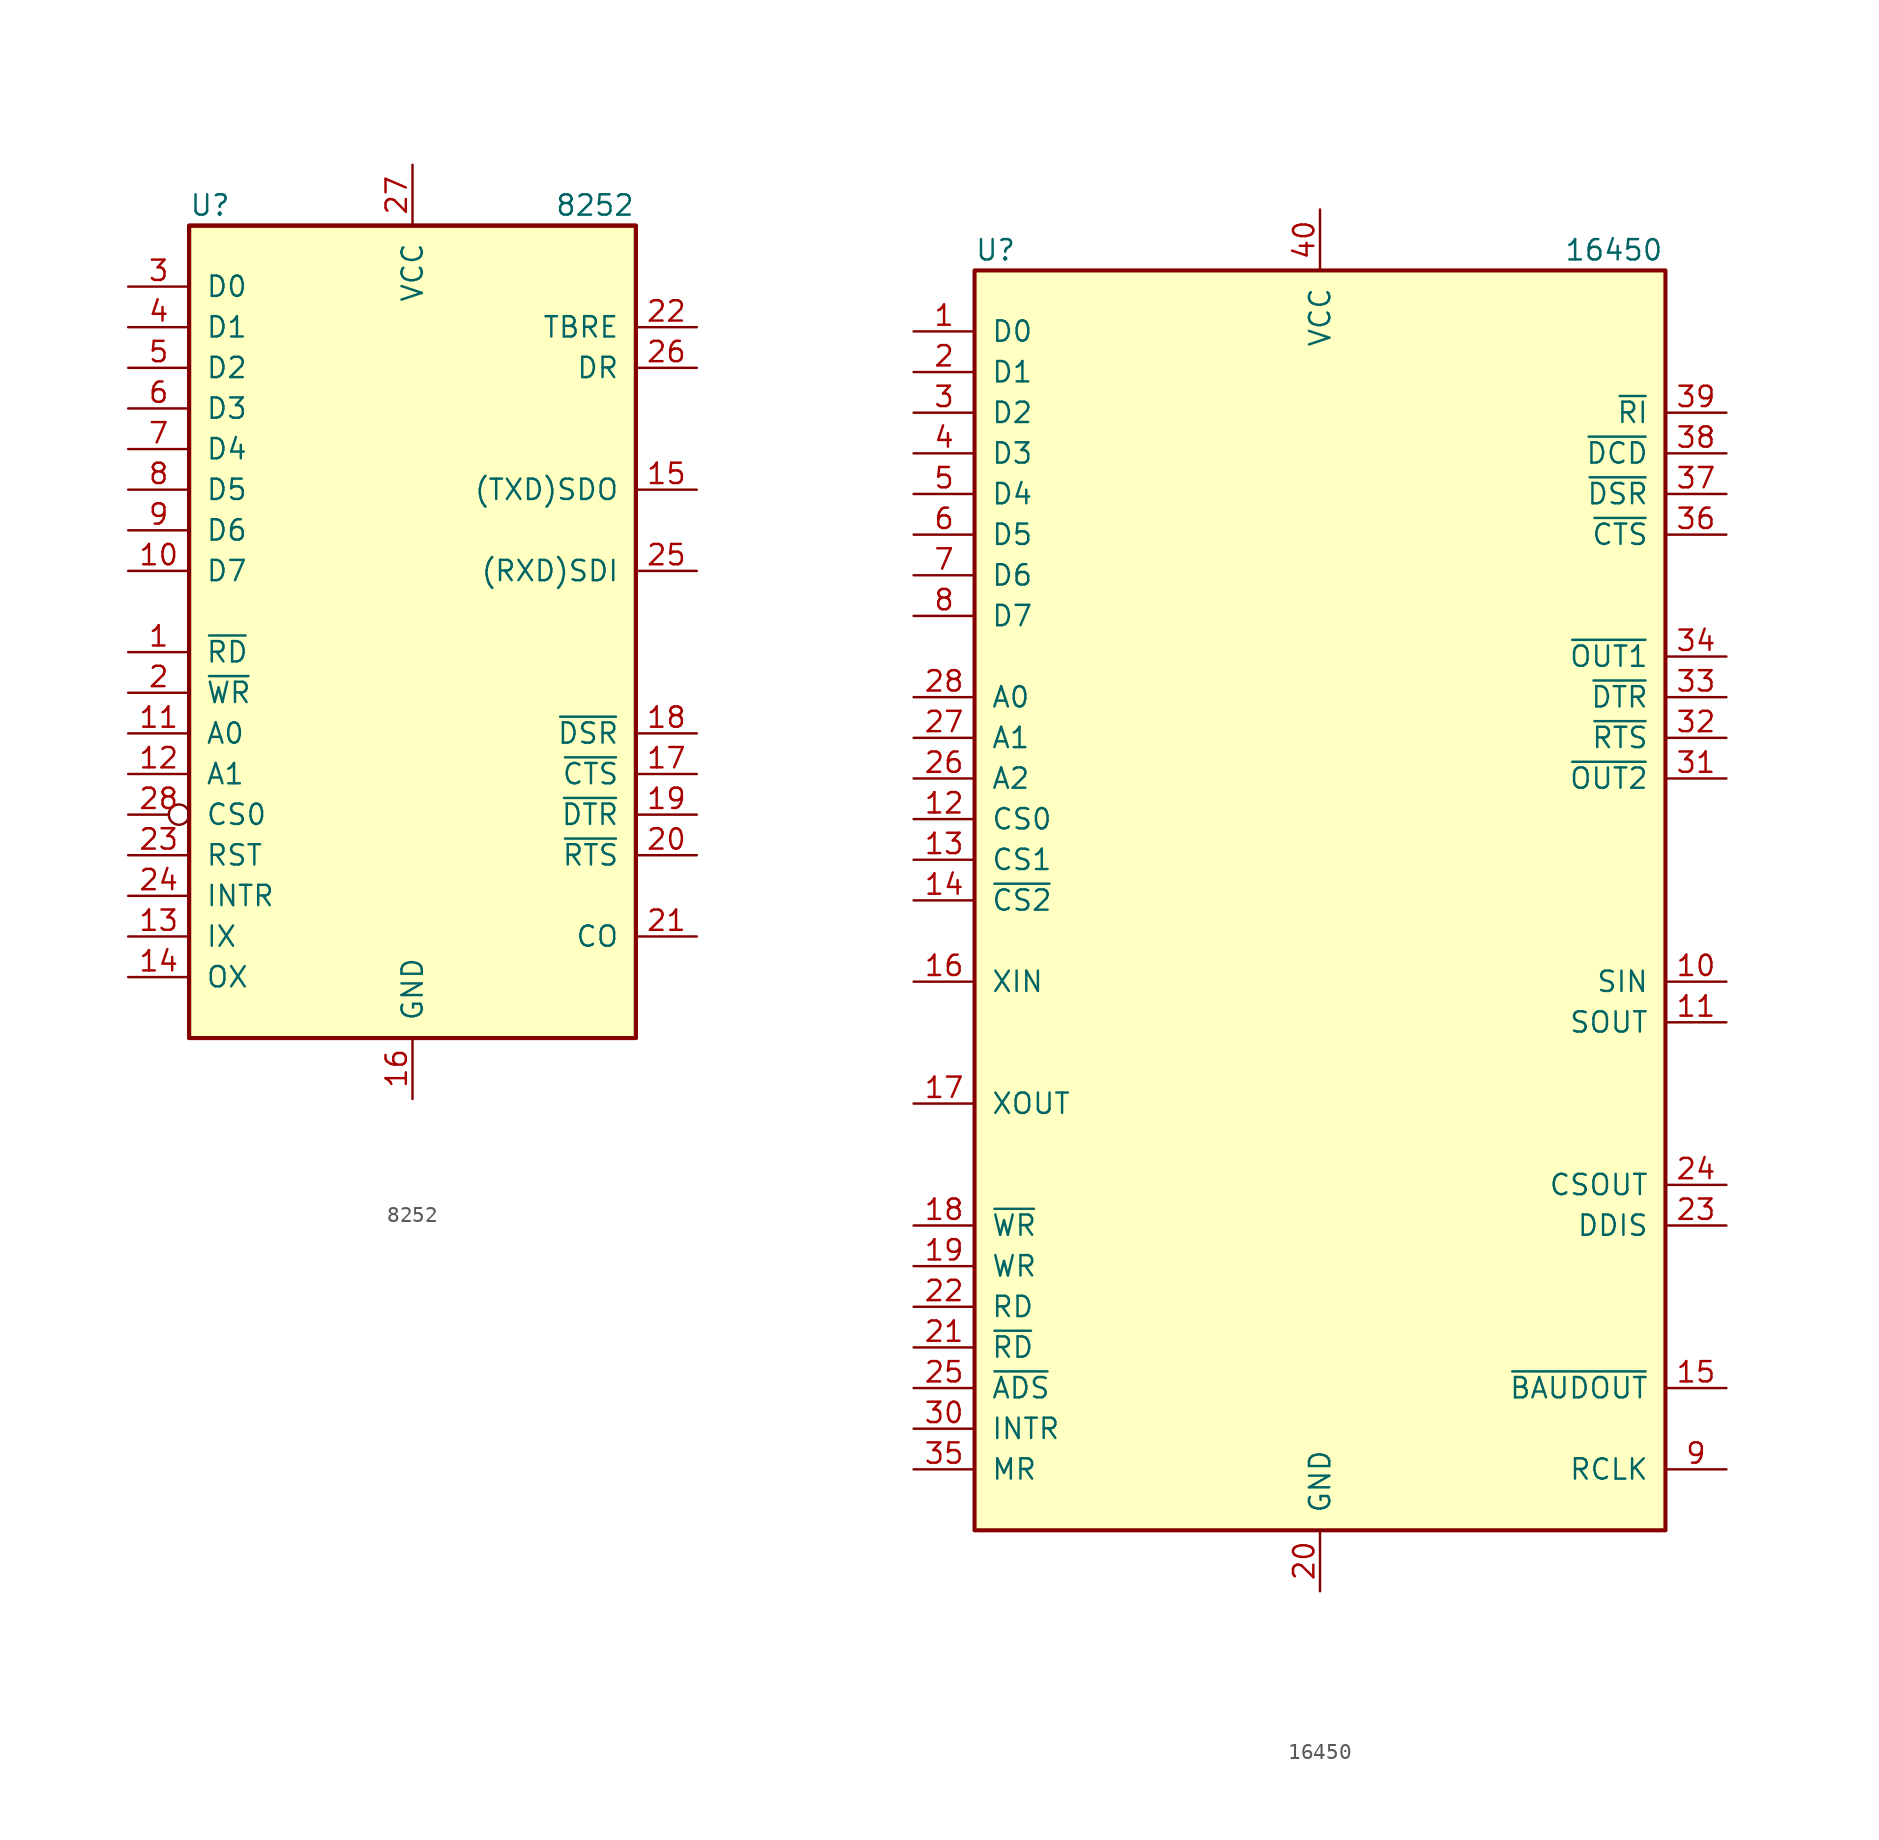
<source format=kicad_sym>
(kicad_symbol_lib
  (version 20201005)
  (generator kicad_symbol_editor)
  (symbol "Interface_UART:8252"
    (pin_names
      (offset 1.016))
    (property "Reference" "U"
      (at -13.97 25.4 0)
      (effects (font (size 1.27 1.27)) (justify left)))
    (property "Value" "8252"
      (at 8.89 25.4 0)
      (effects (font (size 1.27 1.27)) (justify left)))
    (symbol "8252_0_1"
      (rectangle (start -13.97 -26.67) (end 13.97 24.13) (stroke (width 0.254)) (fill (type background)))
      (rectangle (start -13.97 -26.67) (end 13.97 24.13) (stroke (width 0.254)) (fill (type background))))
    (symbol "8252_1_1"
      (pin input line (at -17.78 -2.54 0) (length 3.81) (name "~RD~" (effects (font (size 1.27 1.27)))) (number "1" (effects (font (size 1.27 1.27)))))
      (pin bidirectional line (at -17.78 2.54 0) (length 3.81) (name "D7" (effects (font (size 1.27 1.27)))) (number "10" (effects (font (size 1.27 1.27)))))
      (pin input line (at -17.78 -7.62 0) (length 3.81) (name "A0" (effects (font (size 1.27 1.27)))) (number "11" (effects (font (size 1.27 1.27)))))
      (pin input line (at -17.78 -10.16 0) (length 3.81) (name "A1" (effects (font (size 1.27 1.27)))) (number "12" (effects (font (size 1.27 1.27)))))
      (pin input line (at -17.78 -20.32 0) (length 3.81) (name "IX" (effects (font (size 1.27 1.27)))) (number "13" (effects (font (size 1.27 1.27)))))
      (pin output line (at -17.78 -22.86 0) (length 3.81) (name "OX" (effects (font (size 1.27 1.27)))) (number "14" (effects (font (size 1.27 1.27)))))
      (pin output line (at 17.78 7.62 180) (length 3.81) (name "(TXD)SDO" (effects (font (size 1.27 1.27)))) (number "15" (effects (font (size 1.27 1.27)))))
      (pin power_in line (at 0 -30.48 90) (length 3.81) (name "GND" (effects (font (size 1.27 1.27)))) (number "16" (effects (font (size 1.27 1.27)))))
      (pin input line (at 17.78 -10.16 180) (length 3.81) (name "~CTS~" (effects (font (size 1.27 1.27)))) (number "17" (effects (font (size 1.27 1.27)))))
      (pin input line (at 17.78 -7.62 180) (length 3.81) (name "~DSR~" (effects (font (size 1.27 1.27)))) (number "18" (effects (font (size 1.27 1.27)))))
      (pin output line (at 17.78 -12.7 180) (length 3.81) (name "~DTR~" (effects (font (size 1.27 1.27)))) (number "19" (effects (font (size 1.27 1.27)))))
      (pin input line (at -17.78 -5.08 0) (length 3.81) (name "~WR~" (effects (font (size 1.27 1.27)))) (number "2" (effects (font (size 1.27 1.27)))))
      (pin output line (at 17.78 -15.24 180) (length 3.81) (name "~RTS~" (effects (font (size 1.27 1.27)))) (number "20" (effects (font (size 1.27 1.27)))))
      (pin output line (at 17.78 -20.32 180) (length 3.81) (name "CO" (effects (font (size 1.27 1.27)))) (number "21" (effects (font (size 1.27 1.27)))))
      (pin output line (at 17.78 17.78 180) (length 3.81) (name "TBRE" (effects (font (size 1.27 1.27)))) (number "22" (effects (font (size 1.27 1.27)))))
      (pin input line (at -17.78 -15.24 0) (length 3.81) (name "RST" (effects (font (size 1.27 1.27)))) (number "23" (effects (font (size 1.27 1.27)))))
      (pin output line (at -17.78 -17.78 0) (length 3.81) (name "INTR" (effects (font (size 1.27 1.27)))) (number "24" (effects (font (size 1.27 1.27)))))
      (pin input line (at 17.78 2.54 180) (length 3.81) (name "(RXD)SDI" (effects (font (size 1.27 1.27)))) (number "25" (effects (font (size 1.27 1.27)))))
      (pin output line (at 17.78 15.24 180) (length 3.81) (name "DR" (effects (font (size 1.27 1.27)))) (number "26" (effects (font (size 1.27 1.27)))))
      (pin power_in line (at 0 27.94 270) (length 3.81) (name "VCC" (effects (font (size 1.27 1.27)))) (number "27" (effects (font (size 1.27 1.27)))))
      (pin input inverted (at -17.78 -12.7 0) (length 3.81) (name "CS0" (effects (font (size 1.27 1.27)))) (number "28" (effects (font (size 1.27 1.27)))))
      (pin bidirectional line (at -17.78 20.32 0) (length 3.81) (name "D0" (effects (font (size 1.27 1.27)))) (number "3" (effects (font (size 1.27 1.27)))))
      (pin bidirectional line (at -17.78 17.78 0) (length 3.81) (name "D1" (effects (font (size 1.27 1.27)))) (number "4" (effects (font (size 1.27 1.27)))))
      (pin bidirectional line (at -17.78 15.24 0) (length 3.81) (name "D2" (effects (font (size 1.27 1.27)))) (number "5" (effects (font (size 1.27 1.27)))))
      (pin bidirectional line (at -17.78 12.7 0) (length 3.81) (name "D3" (effects (font (size 1.27 1.27)))) (number "6" (effects (font (size 1.27 1.27)))))
      (pin bidirectional line (at -17.78 10.16 0) (length 3.81) (name "D4" (effects (font (size 1.27 1.27)))) (number "7" (effects (font (size 1.27 1.27)))))
      (pin bidirectional line (at -17.78 7.62 0) (length 3.81) (name "D5" (effects (font (size 1.27 1.27)))) (number "8" (effects (font (size 1.27 1.27)))))
      (pin bidirectional line (at -17.78 5.08 0) (length 3.81) (name "D6" (effects (font (size 1.27 1.27)))) (number "9" (effects (font (size 1.27 1.27)))))))
  (symbol "Interface_UART:16450"
    (pin_names
      (offset 1.016))
    (property "Reference" "U"
      (at -21.59 40.64 0)
      (effects (font (size 1.27 1.27)) (justify left)))
    (property "Value" "16450"
      (at 15.24 40.64 0)
      (effects (font (size 1.27 1.27)) (justify left)))
    (symbol "16450_0_1"
      (rectangle (start -21.59 -39.37) (end 21.59 39.37) (stroke (width 0.254)) (fill (type background))))
    (symbol "16450_1_1"
      (pin bidirectional line (at -25.4 35.56 0) (length 3.81) (name "D0" (effects (font (size 1.27 1.27)))) (number "1" (effects (font (size 1.27 1.27)))))
      (pin input line (at 25.4 -5.08 180) (length 3.81) (name "SIN" (effects (font (size 1.27 1.27)))) (number "10" (effects (font (size 1.27 1.27)))))
      (pin output line (at 25.4 -7.62 180) (length 3.81) (name "SOUT" (effects (font (size 1.27 1.27)))) (number "11" (effects (font (size 1.27 1.27)))))
      (pin input line (at -25.4 5.08 0) (length 3.81) (name "CS0" (effects (font (size 1.27 1.27)))) (number "12" (effects (font (size 1.27 1.27)))))
      (pin input line (at -25.4 2.54 0) (length 3.81) (name "CS1" (effects (font (size 1.27 1.27)))) (number "13" (effects (font (size 1.27 1.27)))))
      (pin input line (at -25.4 0 0) (length 3.81) (name "~CS2~" (effects (font (size 1.27 1.27)))) (number "14" (effects (font (size 1.27 1.27)))))
      (pin output line (at 25.4 -30.48 180) (length 3.81) (name "~BAUDOUT~" (effects (font (size 1.27 1.27)))) (number "15" (effects (font (size 1.27 1.27)))))
      (pin input line (at -25.4 -5.08 0) (length 3.81) (name "XIN" (effects (font (size 1.27 1.27)))) (number "16" (effects (font (size 1.27 1.27)))))
      (pin output line (at -25.4 -12.7 0) (length 3.81) (name "XOUT" (effects (font (size 1.27 1.27)))) (number "17" (effects (font (size 1.27 1.27)))))
      (pin input line (at -25.4 -20.32 0) (length 3.81) (name "~WR~" (effects (font (size 1.27 1.27)))) (number "18" (effects (font (size 1.27 1.27)))))
      (pin input line (at -25.4 -22.86 0) (length 3.81) (name "WR" (effects (font (size 1.27 1.27)))) (number "19" (effects (font (size 1.27 1.27)))))
      (pin bidirectional line (at -25.4 33.02 0) (length 3.81) (name "D1" (effects (font (size 1.27 1.27)))) (number "2" (effects (font (size 1.27 1.27)))))
      (pin power_in line (at 0 -43.18 90) (length 3.81) (name "GND" (effects (font (size 1.27 1.27)))) (number "20" (effects (font (size 1.27 1.27)))))
      (pin input line (at -25.4 -27.94 0) (length 3.81) (name "~RD~" (effects (font (size 1.27 1.27)))) (number "21" (effects (font (size 1.27 1.27)))))
      (pin input line (at -25.4 -25.4 0) (length 3.81) (name "RD" (effects (font (size 1.27 1.27)))) (number "22" (effects (font (size 1.27 1.27)))))
      (pin output line (at 25.4 -20.32 180) (length 3.81) (name "DDIS" (effects (font (size 1.27 1.27)))) (number "23" (effects (font (size 1.27 1.27)))))
      (pin output line (at 25.4 -17.78 180) (length 3.81) (name "CSOUT" (effects (font (size 1.27 1.27)))) (number "24" (effects (font (size 1.27 1.27)))))
      (pin input line (at -25.4 -30.48 0) (length 3.81) (name "~ADS~" (effects (font (size 1.27 1.27)))) (number "25" (effects (font (size 1.27 1.27)))))
      (pin input line (at -25.4 7.62 0) (length 3.81) (name "A2" (effects (font (size 1.27 1.27)))) (number "26" (effects (font (size 1.27 1.27)))))
      (pin input line (at -25.4 10.16 0) (length 3.81) (name "A1" (effects (font (size 1.27 1.27)))) (number "27" (effects (font (size 1.27 1.27)))))
      (pin input line (at -25.4 12.7 0) (length 3.81) (name "A0" (effects (font (size 1.27 1.27)))) (number "28" (effects (font (size 1.27 1.27)))))
      (pin bidirectional line (at -25.4 30.48 0) (length 3.81) (name "D2" (effects (font (size 1.27 1.27)))) (number "3" (effects (font (size 1.27 1.27)))))
      (pin output line (at -25.4 -33.02 0) (length 3.81) (name "INTR" (effects (font (size 1.27 1.27)))) (number "30" (effects (font (size 1.27 1.27)))))
      (pin output line (at 25.4 7.62 180) (length 3.81) (name "~OUT2~" (effects (font (size 1.27 1.27)))) (number "31" (effects (font (size 1.27 1.27)))))
      (pin output line (at 25.4 10.16 180) (length 3.81) (name "~RTS~" (effects (font (size 1.27 1.27)))) (number "32" (effects (font (size 1.27 1.27)))))
      (pin output line (at 25.4 12.7 180) (length 3.81) (name "~DTR~" (effects (font (size 1.27 1.27)))) (number "33" (effects (font (size 1.27 1.27)))))
      (pin output line (at 25.4 15.24 180) (length 3.81) (name "~OUT1~" (effects (font (size 1.27 1.27)))) (number "34" (effects (font (size 1.27 1.27)))))
      (pin input line (at -25.4 -35.56 0) (length 3.81) (name "MR" (effects (font (size 1.27 1.27)))) (number "35" (effects (font (size 1.27 1.27)))))
      (pin input line (at 25.4 22.86 180) (length 3.81) (name "~CTS~" (effects (font (size 1.27 1.27)))) (number "36" (effects (font (size 1.27 1.27)))))
      (pin input line (at 25.4 25.4 180) (length 3.81) (name "~DSR~" (effects (font (size 1.27 1.27)))) (number "37" (effects (font (size 1.27 1.27)))))
      (pin input line (at 25.4 27.94 180) (length 3.81) (name "~DCD~" (effects (font (size 1.27 1.27)))) (number "38" (effects (font (size 1.27 1.27)))))
      (pin input line (at 25.4 30.48 180) (length 3.81) (name "~RI~" (effects (font (size 1.27 1.27)))) (number "39" (effects (font (size 1.27 1.27)))))
      (pin bidirectional line (at -25.4 27.94 0) (length 3.81) (name "D3" (effects (font (size 1.27 1.27)))) (number "4" (effects (font (size 1.27 1.27)))))
      (pin power_in line (at 0 43.18 270) (length 3.81) (name "VCC" (effects (font (size 1.27 1.27)))) (number "40" (effects (font (size 1.27 1.27)))))
      (pin bidirectional line (at -25.4 25.4 0) (length 3.81) (name "D4" (effects (font (size 1.27 1.27)))) (number "5" (effects (font (size 1.27 1.27)))))
      (pin bidirectional line (at -25.4 22.86 0) (length 3.81) (name "D5" (effects (font (size 1.27 1.27)))) (number "6" (effects (font (size 1.27 1.27)))))
      (pin bidirectional line (at -25.4 20.32 0) (length 3.81) (name "D6" (effects (font (size 1.27 1.27)))) (number "7" (effects (font (size 1.27 1.27)))))
      (pin bidirectional line (at -25.4 17.78 0) (length 3.81) (name "D7" (effects (font (size 1.27 1.27)))) (number "8" (effects (font (size 1.27 1.27)))))
      (pin input line (at 25.4 -35.56 180) (length 3.81) (name "RCLK" (effects (font (size 1.27 1.27)))) (number "9" (effects (font (size 1.27 1.27))))))))
</source>
